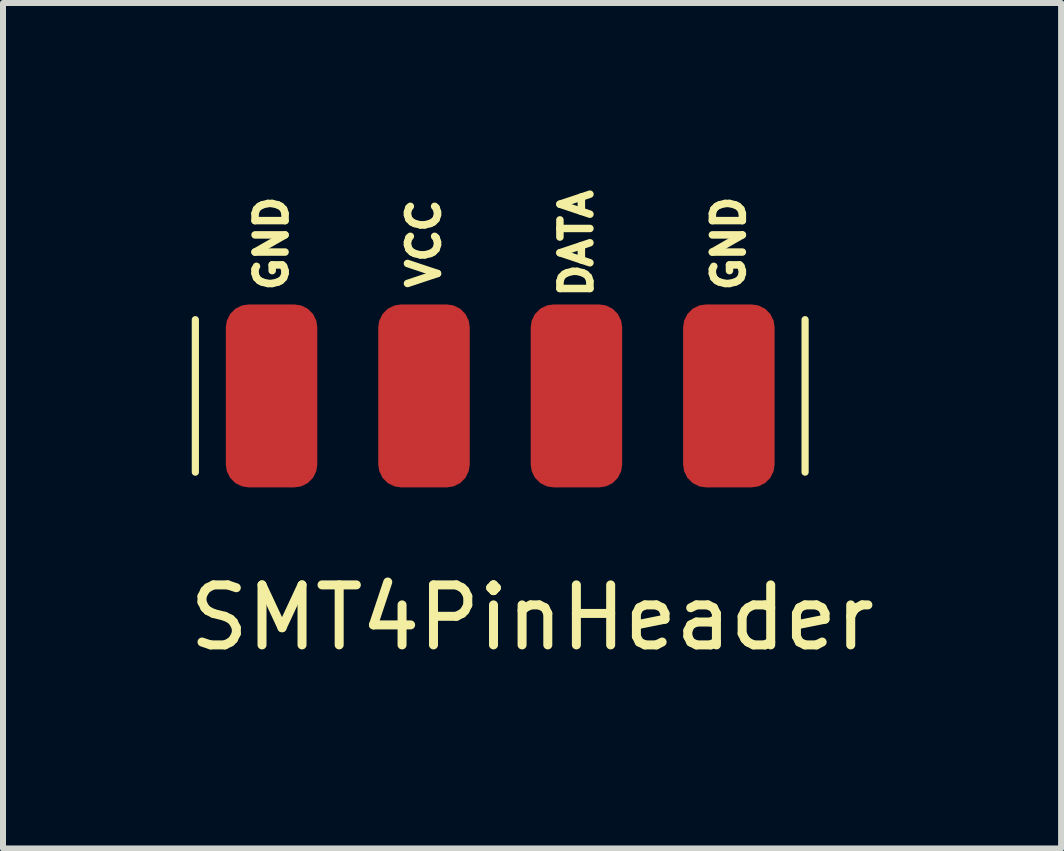
<source format=kicad_pcb>
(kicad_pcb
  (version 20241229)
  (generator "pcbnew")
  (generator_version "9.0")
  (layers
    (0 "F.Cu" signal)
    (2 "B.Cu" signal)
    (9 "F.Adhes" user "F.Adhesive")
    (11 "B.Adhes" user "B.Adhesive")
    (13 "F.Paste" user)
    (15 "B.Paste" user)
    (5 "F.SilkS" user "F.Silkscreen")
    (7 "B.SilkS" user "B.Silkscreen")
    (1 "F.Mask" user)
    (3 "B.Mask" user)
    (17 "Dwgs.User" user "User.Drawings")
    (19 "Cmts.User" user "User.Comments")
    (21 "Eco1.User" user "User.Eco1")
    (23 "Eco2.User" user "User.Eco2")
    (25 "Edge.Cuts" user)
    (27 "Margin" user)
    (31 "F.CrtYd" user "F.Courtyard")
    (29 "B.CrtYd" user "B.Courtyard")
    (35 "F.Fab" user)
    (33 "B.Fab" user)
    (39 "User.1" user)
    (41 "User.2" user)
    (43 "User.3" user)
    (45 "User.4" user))
  (footprint "SMT4PinHeader"
    (layer "F.Cu")
    (at 4.015 6.087)
    (property "Reference" "SMT4PinHeader" (at 1.801 1.154 0) (layer "F.SilkS") (effects (font (size 1 1) (thickness 0.15))))
    (attr through_hole)
    (fp_line (start -3.81 -3.81) (end -3.81 -1.27) (stroke (width 0.12) (type solid)) (layer "F.SilkS"))
    (fp_line (start 6.35 -3.81) (end 6.35 -1.27) (stroke (width 0.12) (type solid)) (layer "F.SilkS"))
    (fp_text user "VCC" (at 0 -5.08 90) (layer "F.SilkS") (effects (font (size 0.5 0.5) (thickness 0.125))))
    (fp_text user "GND" (at -2.54 -5.08 90) (layer "F.SilkS") (effects (font (size 0.5 0.5) (thickness 0.125))))
    (fp_text user "DATA" (at 2.54 -5.08 90) (layer "F.SilkS") (effects (font (size 0.5 0.5) (thickness 0.125))))
    (fp_text user "GND" (at 5.08 -5.08 90) (layer "F.SilkS") (effects (font (size 0.5 0.5) (thickness 0.125))))
    (pad "1" smd roundrect (at -2.54 -2.54) (size 1.524 3.048) (layers "F.Cu" "F.Mask" "F.Paste") (roundrect_rratio 0.25))
    (pad "2" smd roundrect (at 0 -2.54) (size 1.524 3.048) (layers "F.Cu" "F.Mask" "F.Paste") (roundrect_rratio 0.25))
    (pad "3" smd roundrect (at 2.54 -2.54) (size 1.524 3.048) (layers "F.Cu" "F.Mask" "F.Paste") (roundrect_rratio 0.25))
    (pad "4" smd roundrect (at 5.08 -2.54) (size 1.524 3.048) (layers "F.Cu" "F.Mask" "F.Paste") (roundrect_rratio 0.25)))
  (gr_rect
    (start -3 -3)
    (end 14.631 11.088)
    (stroke (width 0.1) (type default))
    (fill no)
    (layer "Edge.Cuts")))
</source>
